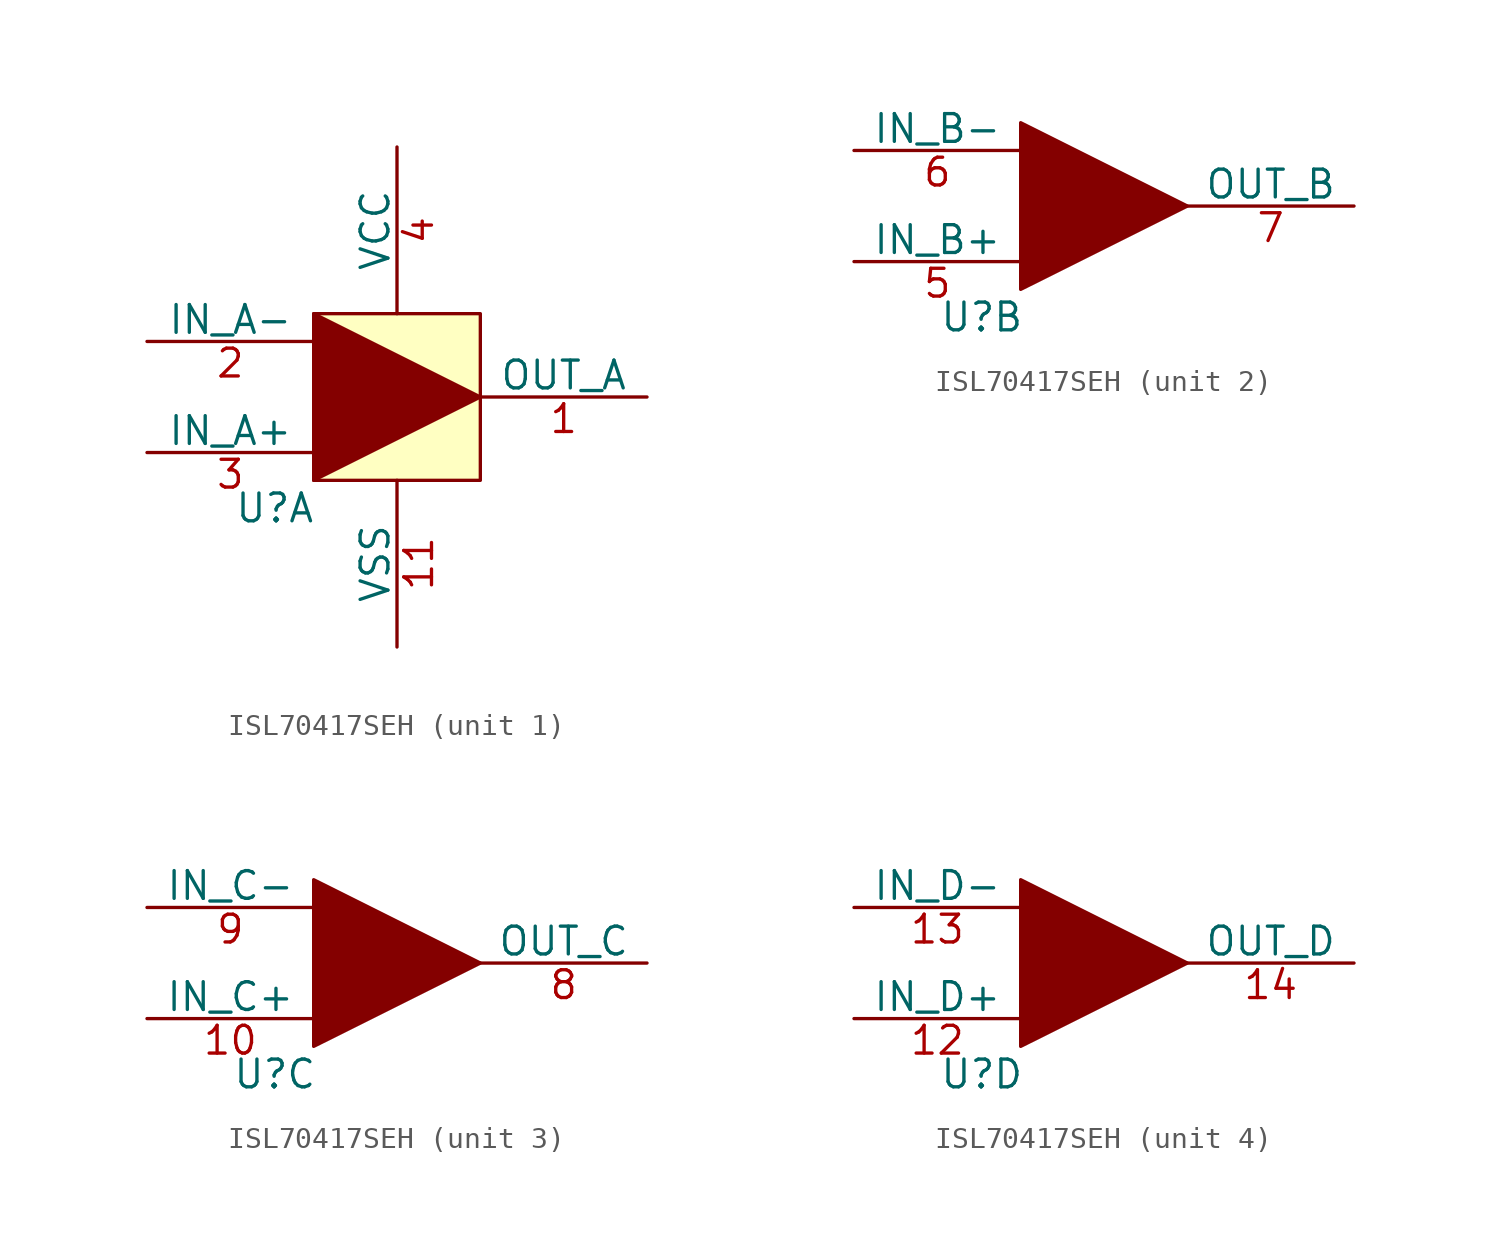
<source format=kicad_sym>
(kicad_symbol_lib
  (version 20231120)
  (generator "kicad_symbol_editor")
  (generator_version "8.0")
  (symbol "ISL70417SEH"
    (pin_names
      (offset 0))
    (property "Reference" "U"
      (at -1.778 -1.27 0)
      (effects (font (size 1.27 1.27))))
    (property "Value" ""
      (at 0 0 0)
      (effects (font (size 1.27 1.27))))
    (property "ki_locked" ""
      (at 0 0 0)
      (effects (font (size 1.27 1.27))))
    (symbol "ISL70417SEH_1_1"
      (polyline (pts (xy 0 0) (xy 0 7.62) (xy 7.62 3.81) (xy 0 0)) (stroke (width 0) (type default)) (fill (type outline)))
      (rectangle (start 0 7.62) (end 7.62 0) (stroke (width 0) (type default)) (fill (type background)))
      (pin output line (at 15.24 3.81 180) (length 7.62) (name "OUT_A" (effects (font (size 1.27 1.27)))) (number "1" (effects (font (size 1.27 1.27)))))
      (pin power_in line (at 3.81 -7.62 90) (length 7.62) (name "VSS" (effects (font (size 1.27 1.27)))) (number "11" (effects (font (size 1.27 1.27)))))
      (pin input line (at -7.62 6.35 0) (length 7.62) (name "IN_A-" (effects (font (size 1.27 1.27)))) (number "2" (effects (font (size 1.27 1.27)))))
      (pin input line (at -7.62 1.27 0) (length 7.62) (name "IN_A+" (effects (font (size 1.27 1.27)))) (number "3" (effects (font (size 1.27 1.27)))))
      (pin power_in line (at 3.81 15.24 270) (length 7.62) (name "VCC" (effects (font (size 1.27 1.27)))) (number "4" (effects (font (size 1.27 1.27))))))
    (symbol "ISL70417SEH_2_1"
      (polyline (pts (xy 0 0) (xy 0 7.62) (xy 7.62 3.81) (xy 0 0)) (stroke (width 0) (type default)) (fill (type outline)))
      (pin input line (at -7.62 1.27 0) (length 7.62) (name "IN_B+" (effects (font (size 1.27 1.27)))) (number "5" (effects (font (size 1.27 1.27)))))
      (pin input line (at -7.62 6.35 0) (length 7.62) (name "IN_B-" (effects (font (size 1.27 1.27)))) (number "6" (effects (font (size 1.27 1.27)))))
      (pin output line (at 15.24 3.81 180) (length 7.62) (name "OUT_B" (effects (font (size 1.27 1.27)))) (number "7" (effects (font (size 1.27 1.27))))))
    (symbol "ISL70417SEH_3_1"
      (polyline (pts (xy 0 0) (xy 0 7.62) (xy 7.62 3.81) (xy 0 0)) (stroke (width 0) (type default)) (fill (type outline)))
      (pin input line (at -7.62 1.27 0) (length 7.62) (name "IN_C+" (effects (font (size 1.27 1.27)))) (number "10" (effects (font (size 1.27 1.27)))))
      (pin output line (at 15.24 3.81 180) (length 7.62) (name "OUT_C" (effects (font (size 1.27 1.27)))) (number "8" (effects (font (size 1.27 1.27)))))
      (pin input line (at -7.62 6.35 0) (length 7.62) (name "IN_C-" (effects (font (size 1.27 1.27)))) (number "9" (effects (font (size 1.27 1.27))))))
    (symbol "ISL70417SEH_4_1"
      (polyline (pts (xy 0 0) (xy 0 7.62) (xy 7.62 3.81) (xy 0 0)) (stroke (width 0) (type default)) (fill (type outline)))
      (pin input line (at -7.62 1.27 0) (length 7.62) (name "IN_D+" (effects (font (size 1.27 1.27)))) (number "12" (effects (font (size 1.27 1.27)))))
      (pin input line (at -7.62 6.35 0) (length 7.62) (name "IN_D-" (effects (font (size 1.27 1.27)))) (number "13" (effects (font (size 1.27 1.27)))))
      (pin output line (at 15.24 3.81 180) (length 7.62) (name "OUT_D" (effects (font (size 1.27 1.27)))) (number "14" (effects (font (size 1.27 1.27))))))))
</source>
